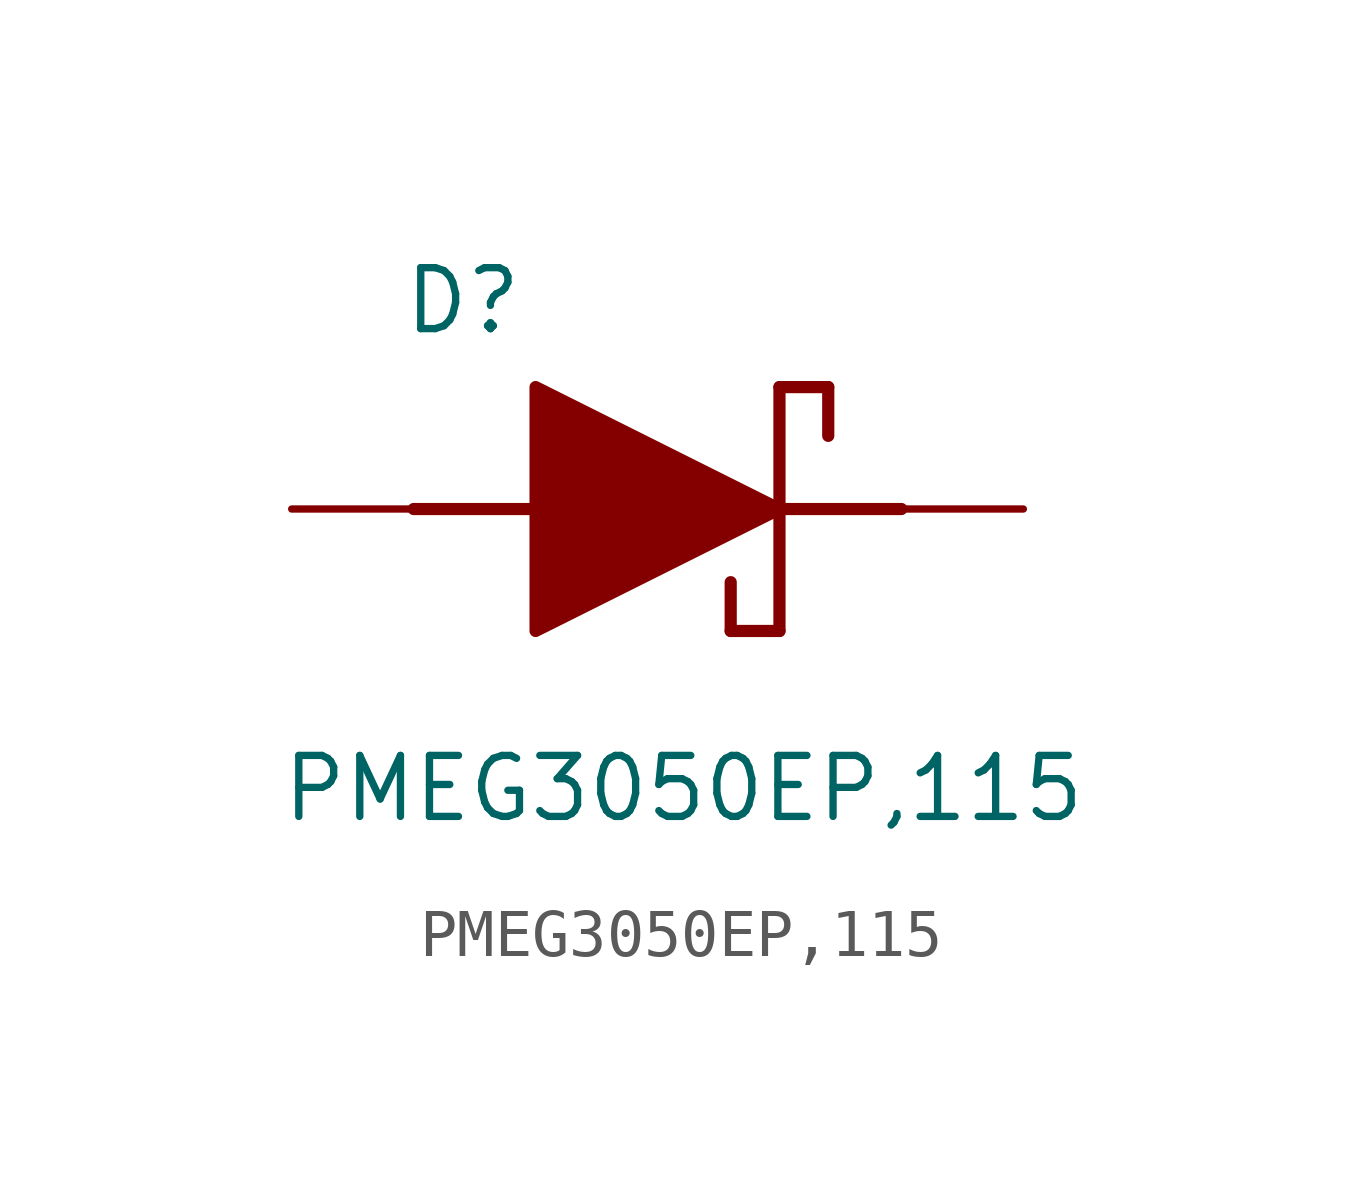
<source format=kicad_sym>
(kicad_symbol_lib
  (version 20231120)
  (generator "kicad_symbol_editor")
  (generator_version "8.0")
  (symbol "PMEG3050EP,115"
    (pin_numbers hide)
    (pin_names hide)
    (property "Reference" "D"
      (at 2.286 5.08 0)
      (effects (font (size 1.27 1.27)) (justify left top)))
    (property "Value" "PMEG3050EP,115"
      (at -0.254 -5.08 0)
      (effects (font (size 1.27 1.27)) (justify left top)))
    (symbol "PMEG3050EP,115_1_1"
      (polyline (pts (xy 5.08 0) (xy 2.54 0)) (stroke (width 0.254) (type default)) (fill (type none)))
      (polyline (pts (xy 9.144 -1.524) (xy 9.144 -2.54)) (stroke (width 0.254) (type default)) (fill (type none)))
      (polyline (pts (xy 10.16 -2.54) (xy 9.144 -2.54)) (stroke (width 0.254) (type default)) (fill (type none)))
      (polyline (pts (xy 10.16 -2.54) (xy 10.16 2.54)) (stroke (width 0.254) (type default)) (fill (type none)))
      (polyline (pts (xy 10.16 2.54) (xy 11.176 2.54)) (stroke (width 0.254) (type default)) (fill (type none)))
      (polyline (pts (xy 11.176 1.524) (xy 11.176 2.54)) (stroke (width 0.254) (type default)) (fill (type none)))
      (polyline (pts (xy 12.7 0) (xy 10.16 0)) (stroke (width 0.254) (type default)) (fill (type none)))
      (polyline (pts (xy 10.16 0) (xy 5.08 -2.54) (xy 5.08 2.54) (xy 10.16 0)) (stroke (width 0.254) (type default)) (fill (type outline)))
      (pin passive line (at 15.24 0 180) (length 2.54) (name "K" (effects (font (size 1.27 1.27)))) (number "1" (effects (font (size 1.27 1.27)))))
      (pin passive line (at 0 0 0) (length 2.54) (name "A" (effects (font (size 1.27 1.27)))) (number "2" (effects (font (size 1.27 1.27))))))))
</source>
